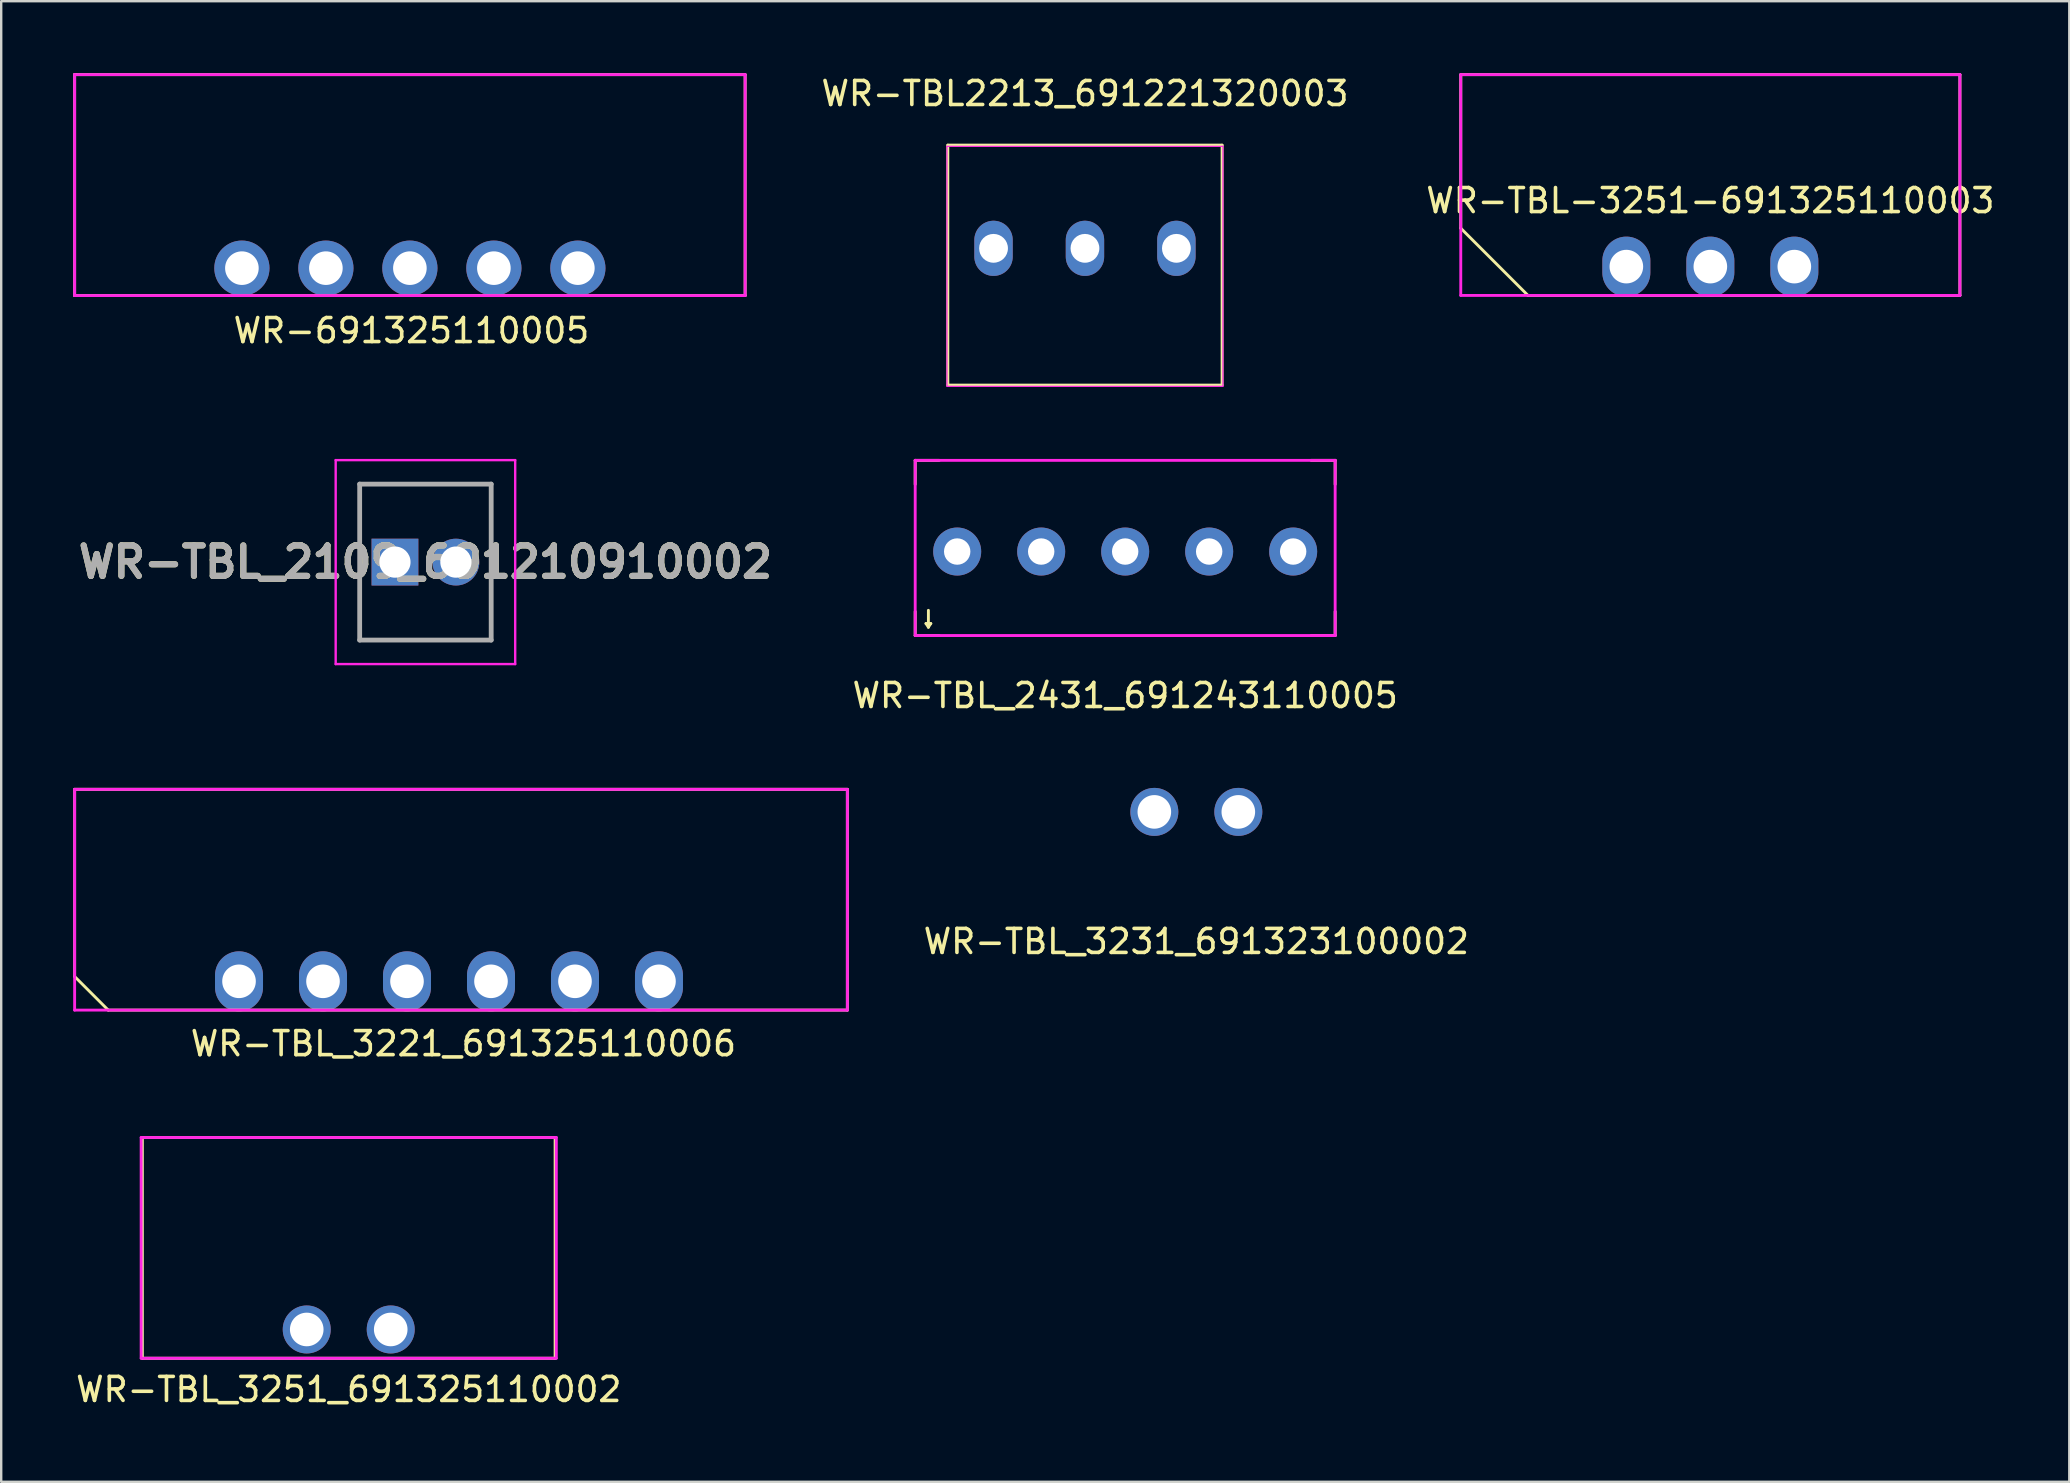
<source format=kicad_pcb>
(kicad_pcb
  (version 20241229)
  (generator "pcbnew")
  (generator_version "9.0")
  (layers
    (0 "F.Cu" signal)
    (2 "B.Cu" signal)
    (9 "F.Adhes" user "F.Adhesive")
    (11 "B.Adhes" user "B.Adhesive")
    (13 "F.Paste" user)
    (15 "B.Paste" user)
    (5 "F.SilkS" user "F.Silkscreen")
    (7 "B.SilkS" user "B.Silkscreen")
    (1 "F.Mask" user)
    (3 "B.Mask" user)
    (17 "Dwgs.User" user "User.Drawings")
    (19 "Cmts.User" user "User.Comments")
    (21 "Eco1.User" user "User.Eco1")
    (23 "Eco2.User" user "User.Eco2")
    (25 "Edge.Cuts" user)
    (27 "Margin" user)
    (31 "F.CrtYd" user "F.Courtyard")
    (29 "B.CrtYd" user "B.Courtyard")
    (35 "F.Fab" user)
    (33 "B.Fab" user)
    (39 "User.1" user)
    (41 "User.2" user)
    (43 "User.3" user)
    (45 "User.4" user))
  (footprint "WR-TBL_3251_691325110002"
    (layer "F.Cu")
    (at 11.482 52.35)
    (property "Reference" "WR-TBL_3251_691325110002" (at 0 2.5 0) (layer "F.SilkS") (effects (font (size 1 1) (thickness 0.15))))
    (attr through_hole)
    (fp_line (start -8.6 -8) (end 8.6 -8) (stroke (width 0.12) (type solid)) (layer "F.SilkS"))
    (fp_line (start -8.6 1.2) (end -8.6 -8) (stroke (width 0.12) (type solid)) (layer "F.SilkS"))
    (fp_line (start 8.6 -8) (end 8.6 1.2) (stroke (width 0.12) (type solid)) (layer "F.SilkS"))
    (fp_line (start 8.6 1.2) (end -8.6 1.2) (stroke (width 0.12) (type solid)) (layer "F.SilkS"))
    (fp_line (start -8.65 -8) (end 8.65 -8) (stroke (width 0.12) (type solid)) (layer "F.CrtYd"))
    (fp_line (start -8.65 1.2) (end -8.65 -8) (stroke (width 0.12) (type solid)) (layer "F.CrtYd"))
    (fp_line (start -8.65 1.2) (end 8.65 1.2) (stroke (width 0.12) (type solid)) (layer "F.CrtYd"))
    (fp_line (start 8.65 -8) (end 8.65 1.2) (stroke (width 0.12) (type solid)) (layer "F.CrtYd"))
    (pad "1" thru_hole circle (at -1.75 0) (size 2 2) (drill 1.4) (layers "*.Cu" "*.Mask"))
    (pad "2" thru_hole circle (at 1.75 0) (size 2 2) (drill 1.4) (layers "*.Cu" "*.Mask")))
  (footprint "WR-691325110005"
    (layer "F.Cu")
    (at 14.03 8.124)
    (property "Reference" "WR-691325110005" (at 0.064 2.603 0) (layer "F.SilkS") (effects (font (size 1 1) (thickness 0.15))))
    (attr through_hole)
    (fp_line (start -13.97 -8.065) (end -13.906 -8.065) (stroke (width 0.12) (type solid)) (layer "F.SilkS"))
    (fp_line (start -13.97 -8.065) (end 13.97 -8.065) (stroke (width 0.12) (type solid)) (layer "F.SilkS"))
    (fp_line (start -13.97 1.143) (end -13.97 -8.065) (stroke (width 0.12) (type solid)) (layer "F.SilkS"))
    (fp_line (start 13.97 -8.065) (end 13.97 1.143) (stroke (width 0.12) (type solid)) (layer "F.SilkS"))
    (fp_line (start 13.97 1.143) (end -13.97 1.143) (stroke (width 0.12) (type solid)) (layer "F.SilkS"))
    (fp_line (start -13.97 -8.065) (end 13.97 -8.065) (stroke (width 0.12) (type solid)) (layer "F.CrtYd"))
    (fp_line (start -13.97 1.143) (end -13.97 -8.065) (stroke (width 0.12) (type solid)) (layer "F.CrtYd"))
    (fp_line (start 13.97 -8.065) (end 13.97 1.143) (stroke (width 0.12) (type solid)) (layer "F.CrtYd"))
    (fp_line (start 13.97 1.143) (end -13.97 1.143) (stroke (width 0.12) (type solid)) (layer "F.CrtYd"))
    (pad "1" thru_hole circle (at -7 0) (size 2.3 2.3) (drill 1.4) (layers "*.Cu" "*.Mask"))
    (pad "2" thru_hole circle (at -3.5 0) (size 2.3 2.3) (drill 1.4) (layers "*.Cu" "*.Mask"))
    (pad "3" thru_hole circle (at 0 0) (size 2.3 2.3) (drill 1.4) (layers "*.Cu" "*.Mask"))
    (pad "4" thru_hole circle (at 3.5 0) (size 2.3 2.3) (drill 1.4) (layers "*.Cu" "*.Mask"))
    (pad "5" thru_hole circle (at 7 0) (size 2.3 2.3) (drill 1.4) (layers "*.Cu" "*.Mask")))
  (footprint "WR-TBL-3251-691325110003"
    (layer "F.Cu")
    (at 68.221 8.06)
    (property "Reference" "WR-TBL-3251-691325110003" (at 0 -2.75 0) (layer "F.SilkS") (effects (font (size 1 1) (thickness 0.15))))
    (attr through_hole)
    (fp_line (start -10.4 -8) (end 10.4 -8) (stroke (width 0.12) (type solid)) (layer "F.SilkS"))
    (fp_line (start -10.4 -1.6) (end -10.4 -8) (stroke (width 0.12) (type solid)) (layer "F.SilkS"))
    (fp_line (start -7.6 1.2) (end -10.4 -1.6) (stroke (width 0.12) (type solid)) (layer "F.SilkS"))
    (fp_line (start 10.4 -8) (end 10.4 1.2) (stroke (width 0.12) (type solid)) (layer "F.SilkS"))
    (fp_line (start 10.4 1.2) (end -7.6 1.2) (stroke (width 0.12) (type solid)) (layer "F.SilkS"))
    (fp_line (start -10.4 -8) (end 10.4 -8) (stroke (width 0.12) (type solid)) (layer "F.CrtYd"))
    (fp_line (start -10.4 1.2) (end -10.4 -8) (stroke (width 0.12) (type solid)) (layer "F.CrtYd"))
    (fp_line (start 10.4 -8) (end 10.4 1.2) (stroke (width 0.12) (type solid)) (layer "F.CrtYd"))
    (fp_line (start 10.4 1.2) (end -10.4 1.2) (stroke (width 0.12) (type solid)) (layer "F.CrtYd"))
    (pad "1" thru_hole oval (at -3.5 0) (size 2 2.5) (drill 1.4) (layers "*.Cu" "*.Mask"))
    (pad "2" thru_hole oval (at 0 0) (size 2 2.5) (drill 1.4) (layers "*.Cu" "*.Mask"))
    (pad "3" thru_hole oval (at 3.5 0) (size 2 2.5) (drill 1.4) (layers "*.Cu" "*.Mask")))
  (footprint "WR-TBL_2431_691243110005"
    (layer "F.Cu")
    (at 43.837 19.933)
    (property "Reference" "WR-TBL_2431_691243110005" (at 0 6 0) (layer "F.SilkS") (effects (font (size 1 1) (thickness 0.15))))
    (attr through_hole)
    (fp_line (start -8.75 -3.8) (end -8.75 -2.8) (stroke (width 0.12) (type solid)) (layer "F.SilkS"))
    (fp_line (start -8.75 3.5) (end -8.75 2.5) (stroke (width 0.12) (type solid)) (layer "F.SilkS"))
    (fp_line (start -8.3 3) (end -8.2 3.15) (stroke (width 0.12) (type solid)) (layer "F.SilkS"))
    (fp_line (start -8.2 2.45) (end -8.2 3.15) (stroke (width 0.12) (type solid)) (layer "F.SilkS"))
    (fp_line (start -8.2 3.15) (end -8.1 3) (stroke (width 0.12) (type solid)) (layer "F.SilkS"))
    (fp_line (start -8.1 3) (end -8.3 3) (stroke (width 0.12) (type solid)) (layer "F.SilkS"))
    (fp_line (start -7.75 -3.8) (end -8.75 -3.8) (stroke (width 0.12) (type solid)) (layer "F.SilkS"))
    (fp_line (start -7.75 3.5) (end -8.75 3.5) (stroke (width 0.12) (type solid)) (layer "F.SilkS"))
    (fp_line (start 7.75 -3.8) (end 8.75 -3.8) (stroke (width 0.12) (type solid)) (layer "F.SilkS"))
    (fp_line (start 7.75 3.5) (end 8.75 3.5) (stroke (width 0.12) (type solid)) (layer "F.SilkS"))
    (fp_line (start 8.75 -3.8) (end 8.75 -2.8) (stroke (width 0.12) (type solid)) (layer "F.SilkS"))
    (fp_line (start 8.75 3.5) (end 8.75 2.5) (stroke (width 0.12) (type solid)) (layer "F.SilkS"))
    (fp_line (start -8.75 -3.8) (end -8.75 3.5) (stroke (width 0.12) (type solid)) (layer "F.CrtYd"))
    (fp_line (start -8.75 3.5) (end 8.75 3.5) (stroke (width 0.12) (type solid)) (layer "F.CrtYd"))
    (fp_line (start 8.75 -3.8) (end -8.75 -3.8) (stroke (width 0.12) (type solid)) (layer "F.CrtYd"))
    (fp_line (start 8.75 3.5) (end 8.75 -3.8) (stroke (width 0.12) (type solid)) (layer "F.CrtYd"))
    (pad "1" thru_hole circle (at -7 0) (size 2 2) (drill 1.1) (layers "*.Cu" "*.Mask"))
    (pad "2" thru_hole circle (at -3.5 0) (size 2 2) (drill 1.1) (layers "*.Cu" "*.Mask"))
    (pad "3" thru_hole circle (at 0 0) (size 2 2) (drill 1.1) (layers "*.Cu" "*.Mask"))
    (pad "4" thru_hole circle (at 3.5 0) (size 2 2) (drill 1.1) (layers "*.Cu" "*.Mask"))
    (pad "5" thru_hole circle (at 7 0) (size 2 2) (drill 1.1) (layers "*.Cu" "*.Mask")))
  (footprint "WR-TBL2213_691221320003"
    (layer "F.Cu")
    (at 42.161 7.298)
    (property "Reference" "WR-TBL2213_691221320003" (at 0 -6.45 0) (layer "F.SilkS") (effects (font (size 1 1) (thickness 0.15))))
    (attr through_hole)
    (fp_line (start -5.715 -4.3) (end 5.715 -4.3) (stroke (width 0.12) (type solid)) (layer "F.SilkS"))
    (fp_line (start -5.715 5.7) (end -5.715 -4.3) (stroke (width 0.12) (type solid)) (layer "F.SilkS"))
    (fp_line (start 5.715 -4.3) (end 5.715 5.7) (stroke (width 0.12) (type solid)) (layer "F.SilkS"))
    (fp_line (start 5.715 5.7) (end -5.715 5.7) (stroke (width 0.12) (type solid)) (layer "F.SilkS"))
    (fp_line (start -5.75 -4.25) (end 5.75 -4.25) (stroke (width 0.05) (type solid)) (layer "F.CrtYd"))
    (fp_line (start -5.75 5.75) (end -5.75 -4.25) (stroke (width 0.05) (type solid)) (layer "F.CrtYd"))
    (fp_line (start 5.75 -4.25) (end 5.75 5.75) (stroke (width 0.05) (type solid)) (layer "F.CrtYd"))
    (fp_line (start 5.75 5.75) (end -5.75 5.75) (stroke (width 0.05) (type solid)) (layer "F.CrtYd"))
    (pad "1" thru_hole oval (at -3.81 0) (size 1.6 2.3) (drill 1.2) (layers "*.Cu" "*.Mask"))
    (pad "2" thru_hole oval (at 0 0) (size 1.6 2.3) (drill 1.2) (layers "*.Cu" "*.Mask"))
    (pad "3" thru_hole oval (at 3.81 0) (size 1.6 2.3) (drill 1.2) (layers "*.Cu" "*.Mask")))
  (footprint "WR-TBL_2109_691210910002"
    (layer "F.Cu")
    (at 13.408 20.373)
    (property "Reference" "WR-TBL_2109_691210910002" (at 1.27 0 0) (layer "F.SilkS") (effects (font (size 1.27 1.27) (thickness 0.254))))
    (attr through_hole)
    (fp_line (start -1.47 -3.25) (end 4.01 -3.25) (stroke (width 0.1) (type solid)) (layer "F.SilkS"))
    (fp_line (start -1.47 3.25) (end -1.47 -3.25) (stroke (width 0.1) (type solid)) (layer "F.SilkS"))
    (fp_line (start 4.01 -3.25) (end 4.01 3.25) (stroke (width 0.1) (type solid)) (layer "F.SilkS"))
    (fp_line (start 4.01 3.25) (end -1.47 3.25) (stroke (width 0.1) (type solid)) (layer "F.SilkS"))
    (fp_line (start -2.47 -4.25) (end 5.01 -4.25) (stroke (width 0.1) (type solid)) (layer "F.CrtYd"))
    (fp_line (start -2.47 4.25) (end -2.47 -4.25) (stroke (width 0.1) (type solid)) (layer "F.CrtYd"))
    (fp_line (start 5.01 -4.25) (end 5.01 4.25) (stroke (width 0.1) (type solid)) (layer "F.CrtYd"))
    (fp_line (start 5.01 4.25) (end -2.47 4.25) (stroke (width 0.1) (type solid)) (layer "F.CrtYd"))
    (fp_line (start -1.47 -3.25) (end 4.01 -3.25) (stroke (width 0.2) (type solid)) (layer "F.Fab"))
    (fp_line (start -1.47 3.25) (end -1.47 -3.25) (stroke (width 0.2) (type solid)) (layer "F.Fab"))
    (fp_line (start 4.01 -3.25) (end 4.01 3.25) (stroke (width 0.2) (type solid)) (layer "F.Fab"))
    (fp_line (start 4.01 3.25) (end -1.47 3.25) (stroke (width 0.2) (type solid)) (layer "F.Fab"))
    (fp_text user "${REFERENCE}" (at 1.27 0 0) (layer "F.Fab") (effects (font (size 1.27 1.27) (thickness 0.254))))
    (pad "1" thru_hole rect (at 0 0) (size 1.95 1.95) (drill 1.3) (layers "*.Cu" "*.Mask"))
    (pad "2" thru_hole circle (at 2.54 0) (size 1.95 1.95) (drill 1.3) (layers "*.Cu" "*.Mask")))
  (footprint "WR-TBL_3221_691325110006"
    (layer "F.Cu")
    (at 15.66 37.842)
    (property "Reference" "WR-TBL_3221_691325110006" (at 0.6 2.6 0) (layer "F.SilkS") (effects (font (size 1 1) (thickness 0.15))))
    (attr through_hole)
    (fp_line (start -15.6 -8) (end 16.6 -8) (stroke (width 0.12) (type solid)) (layer "F.SilkS"))
    (fp_line (start -15.6 -0.2) (end -15.6 -8) (stroke (width 0.12) (type solid)) (layer "F.SilkS"))
    (fp_line (start -14.2 1.2) (end -15.6 -0.2) (stroke (width 0.12) (type solid)) (layer "F.SilkS"))
    (fp_line (start 16.6 -8) (end 16.6 1.2) (stroke (width 0.12) (type solid)) (layer "F.SilkS"))
    (fp_line (start 16.6 1.2) (end -14.2 1.2) (stroke (width 0.12) (type solid)) (layer "F.SilkS"))
    (fp_line (start -15.6 -8) (end 16.6 -8) (stroke (width 0.12) (type solid)) (layer "F.CrtYd"))
    (fp_line (start -15.6 1.2) (end -15.6 -8) (stroke (width 0.12) (type solid)) (layer "F.CrtYd"))
    (fp_line (start 16.6 -8) (end 16.6 1.2) (stroke (width 0.12) (type solid)) (layer "F.CrtYd"))
    (fp_line (start 16.6 1.2) (end -15.6 1.2) (stroke (width 0.12) (type solid)) (layer "F.CrtYd"))
    (pad "1" thru_hole oval (at -8.75 0) (size 2 2.5) (drill 1.4) (layers "*.Cu" "*.Mask"))
    (pad "2" thru_hole oval (at -5.25 0) (size 2 2.5) (drill 1.4) (layers "*.Cu" "*.Mask"))
    (pad "3" thru_hole oval (at -1.75 0) (size 2 2.5) (drill 1.4) (layers "*.Cu" "*.Mask"))
    (pad "4" thru_hole oval (at 1.75 0) (size 2 2.5) (drill 1.4) (layers "*.Cu" "*.Mask"))
    (pad "5" thru_hole oval (at 5.25 0) (size 2 2.5) (drill 1.4) (layers "*.Cu" "*.Mask"))
    (pad "6" thru_hole oval (at 8.75 0) (size 2 2.5) (drill 1.4) (layers "*.Cu" "*.Mask")))
  (footprint "WR-TBL_3231_691323100002"
    (layer "F.Cu")
    (at 46.802 30.782)
    (property "Reference" "WR-TBL_3231_691323100002" (at 0 5.4 0) (layer "F.SilkS") (effects (font (size 1 1) (thickness 0.15))))
    (attr through_hole)
    (pad "1" thru_hole circle (at -1.75 0) (size 2 2) (drill 1.4) (layers "*.Cu" "*.Mask"))
    (pad "2" thru_hole circle (at 1.75 0) (size 2 2) (drill 1.4) (layers "*.Cu" "*.Mask")))
  (gr_rect
    (start -3 -3)
    (end 83.179 58.698)
    (stroke (width 0.1) (type default))
    (fill no)
    (layer "Edge.Cuts")))
</source>
